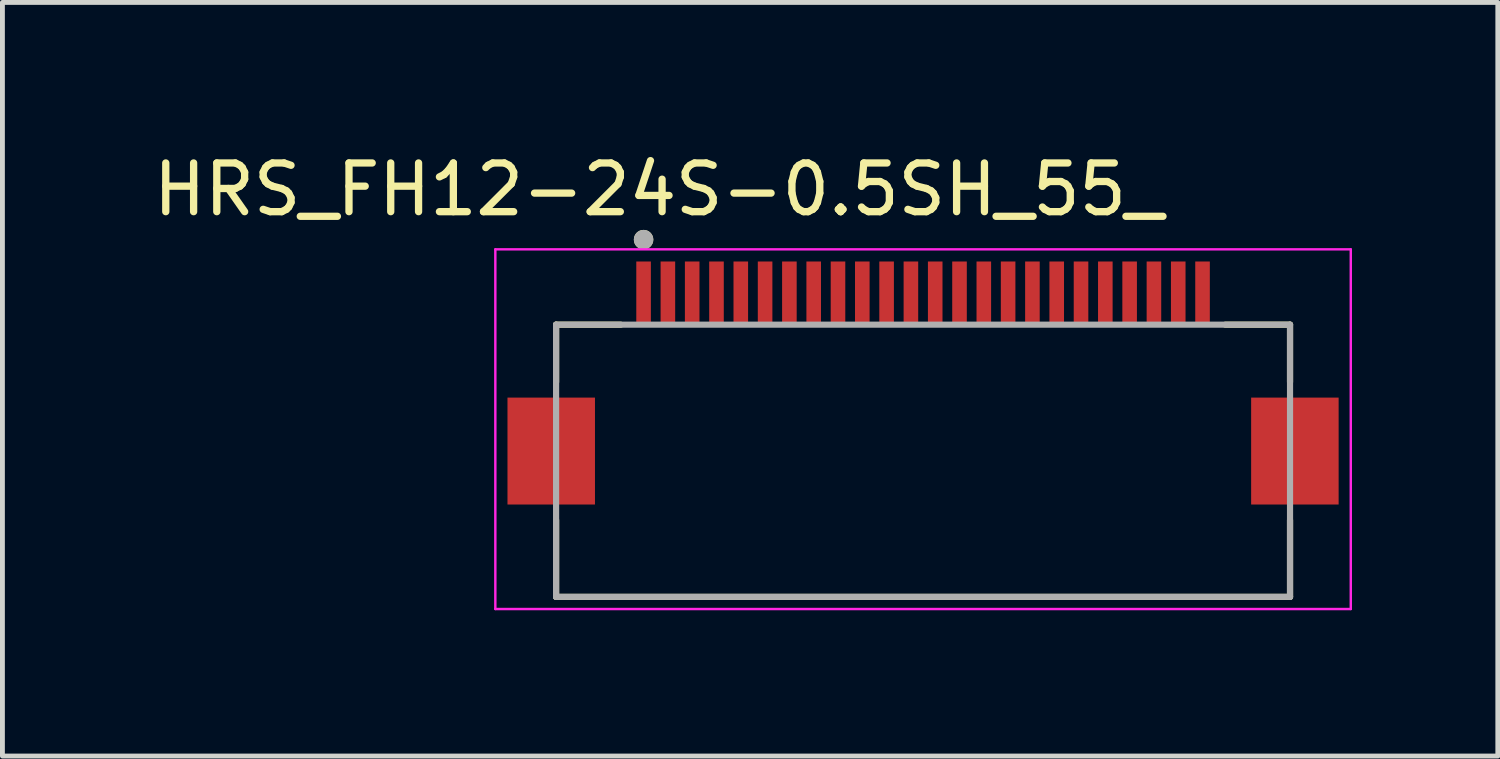
<source format=kicad_pcb>
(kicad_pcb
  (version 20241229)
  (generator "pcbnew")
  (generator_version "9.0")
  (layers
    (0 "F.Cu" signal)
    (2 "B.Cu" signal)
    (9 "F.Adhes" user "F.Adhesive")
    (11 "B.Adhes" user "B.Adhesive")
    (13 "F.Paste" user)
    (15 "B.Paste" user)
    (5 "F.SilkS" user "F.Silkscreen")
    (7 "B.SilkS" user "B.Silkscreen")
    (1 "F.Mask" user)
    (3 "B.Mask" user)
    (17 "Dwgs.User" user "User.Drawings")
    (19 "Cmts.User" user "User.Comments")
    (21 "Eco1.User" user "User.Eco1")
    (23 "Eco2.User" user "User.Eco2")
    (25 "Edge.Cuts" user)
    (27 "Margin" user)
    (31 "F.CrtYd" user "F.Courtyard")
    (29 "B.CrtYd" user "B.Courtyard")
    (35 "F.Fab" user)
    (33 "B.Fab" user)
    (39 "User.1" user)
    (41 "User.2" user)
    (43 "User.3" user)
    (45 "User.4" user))
  (footprint "HRS_FH12-24S-0.5SH_55_"
    (layer "F.Cu")
    (at 15.941 5.78)
    (property "Reference" "HRS_FH12-24S-0.5SH_55_" (at -5.441 -4.931 0) (layer "F.SilkS") (effects (font (size 1.002 1.002) (thickness 0.15))))
    (attr smd)
    (fp_line (start -7.55 -2.15) (end -6.22 -2.15) (stroke (width 0.127) (type solid)) (layer "F.SilkS"))
    (fp_line (start -7.55 -0.97) (end -7.55 -2.15) (stroke (width 0.127) (type solid)) (layer "F.SilkS"))
    (fp_line (start -7.55 3.45) (end -7.55 1.87) (stroke (width 0.127) (type solid)) (layer "F.SilkS"))
    (fp_line (start 6.22 -2.15) (end 7.55 -2.15) (stroke (width 0.127) (type solid)) (layer "F.SilkS"))
    (fp_line (start 7.55 -0.97) (end 7.55 -2.15) (stroke (width 0.127) (type solid)) (layer "F.SilkS"))
    (fp_line (start 7.55 3.45) (end -7.55 3.45) (stroke (width 0.127) (type solid)) (layer "F.SilkS"))
    (fp_line (start 7.55 3.45) (end 7.55 1.87) (stroke (width 0.127) (type solid)) (layer "F.SilkS"))
    (fp_circle (center -5.75 -3.9) (end -5.65 -3.9) (stroke (width 0.2) (type solid)) (fill no) (layer "F.SilkS"))
    (fp_poly (pts (xy -5.625 -2.15) (xy -5.875 -2.15) (xy -5.875 -3.45) (xy -5.625 -3.45)) (stroke (width 0.01) (type solid)) (fill yes) (layer "F.Paste"))
    (fp_poly (pts (xy -5.125 -2.15) (xy -5.375 -2.15) (xy -5.375 -3.45) (xy -5.125 -3.45)) (stroke (width 0.01) (type solid)) (fill yes) (layer "F.Paste"))
    (fp_poly (pts (xy -4.625 -2.15) (xy -4.875 -2.15) (xy -4.875 -3.45) (xy -4.625 -3.45)) (stroke (width 0.01) (type solid)) (fill yes) (layer "F.Paste"))
    (fp_poly (pts (xy -4.125 -2.15) (xy -4.375 -2.15) (xy -4.375 -3.45) (xy -4.125 -3.45)) (stroke (width 0.01) (type solid)) (fill yes) (layer "F.Paste"))
    (fp_poly (pts (xy -3.625 -2.15) (xy -3.875 -2.15) (xy -3.875 -3.45) (xy -3.625 -3.45)) (stroke (width 0.01) (type solid)) (fill yes) (layer "F.Paste"))
    (fp_poly (pts (xy -3.125 -2.15) (xy -3.375 -2.15) (xy -3.375 -3.45) (xy -3.125 -3.45)) (stroke (width 0.01) (type solid)) (fill yes) (layer "F.Paste"))
    (fp_poly (pts (xy -2.625 -2.15) (xy -2.875 -2.15) (xy -2.875 -3.45) (xy -2.625 -3.45)) (stroke (width 0.01) (type solid)) (fill yes) (layer "F.Paste"))
    (fp_poly (pts (xy -2.125 -2.15) (xy -2.375 -2.15) (xy -2.375 -3.45) (xy -2.125 -3.45)) (stroke (width 0.01) (type solid)) (fill yes) (layer "F.Paste"))
    (fp_poly (pts (xy -1.625 -2.15) (xy -1.875 -2.15) (xy -1.875 -3.45) (xy -1.625 -3.45)) (stroke (width 0.01) (type solid)) (fill yes) (layer "F.Paste"))
    (fp_poly (pts (xy -1.125 -2.15) (xy -1.375 -2.15) (xy -1.375 -3.45) (xy -1.125 -3.45)) (stroke (width 0.01) (type solid)) (fill yes) (layer "F.Paste"))
    (fp_poly (pts (xy -0.625 -2.15) (xy -0.875 -2.15) (xy -0.875 -3.45) (xy -0.625 -3.45)) (stroke (width 0.01) (type solid)) (fill yes) (layer "F.Paste"))
    (fp_poly (pts (xy -0.125 -2.15) (xy -0.375 -2.15) (xy -0.375 -3.45) (xy -0.125 -3.45)) (stroke (width 0.01) (type solid)) (fill yes) (layer "F.Paste"))
    (fp_poly (pts (xy 0.375 -2.15) (xy 0.125 -2.15) (xy 0.125 -3.45) (xy 0.375 -3.45)) (stroke (width 0.01) (type solid)) (fill yes) (layer "F.Paste"))
    (fp_poly (pts (xy 0.875 -2.15) (xy 0.625 -2.15) (xy 0.625 -3.45) (xy 0.875 -3.45)) (stroke (width 0.01) (type solid)) (fill yes) (layer "F.Paste"))
    (fp_poly (pts (xy 1.375 -2.15) (xy 1.125 -2.15) (xy 1.125 -3.45) (xy 1.375 -3.45)) (stroke (width 0.01) (type solid)) (fill yes) (layer "F.Paste"))
    (fp_poly (pts (xy 1.875 -2.15) (xy 1.625 -2.15) (xy 1.625 -3.45) (xy 1.875 -3.45)) (stroke (width 0.01) (type solid)) (fill yes) (layer "F.Paste"))
    (fp_poly (pts (xy 2.375 -2.15) (xy 2.125 -2.15) (xy 2.125 -3.45) (xy 2.375 -3.45)) (stroke (width 0.01) (type solid)) (fill yes) (layer "F.Paste"))
    (fp_poly (pts (xy 2.875 -2.15) (xy 2.625 -2.15) (xy 2.625 -3.45) (xy 2.875 -3.45)) (stroke (width 0.01) (type solid)) (fill yes) (layer "F.Paste"))
    (fp_poly (pts (xy 3.375 -2.15) (xy 3.125 -2.15) (xy 3.125 -3.45) (xy 3.375 -3.45)) (stroke (width 0.01) (type solid)) (fill yes) (layer "F.Paste"))
    (fp_poly (pts (xy 3.875 -2.15) (xy 3.625 -2.15) (xy 3.625 -3.45) (xy 3.875 -3.45)) (stroke (width 0.01) (type solid)) (fill yes) (layer "F.Paste"))
    (fp_poly (pts (xy 4.375 -2.15) (xy 4.125 -2.15) (xy 4.125 -3.45) (xy 4.375 -3.45)) (stroke (width 0.01) (type solid)) (fill yes) (layer "F.Paste"))
    (fp_poly (pts (xy 4.875 -2.15) (xy 4.625 -2.15) (xy 4.625 -3.45) (xy 4.875 -3.45)) (stroke (width 0.01) (type solid)) (fill yes) (layer "F.Paste"))
    (fp_poly (pts (xy 5.375 -2.15) (xy 5.125 -2.15) (xy 5.125 -3.45) (xy 5.375 -3.45)) (stroke (width 0.01) (type solid)) (fill yes) (layer "F.Paste"))
    (fp_poly (pts (xy 5.875 -2.15) (xy 5.625 -2.15) (xy 5.625 -3.45) (xy 5.875 -3.45)) (stroke (width 0.01) (type solid)) (fill yes) (layer "F.Paste"))
    (fp_line (start -8.8 -3.7) (end 8.8 -3.7) (stroke (width 0.05) (type solid)) (layer "F.CrtYd"))
    (fp_line (start -8.8 3.7) (end -8.8 -3.7) (stroke (width 0.05) (type solid)) (layer "F.CrtYd"))
    (fp_line (start 8.8 -3.7) (end 8.8 3.7) (stroke (width 0.05) (type solid)) (layer "F.CrtYd"))
    (fp_line (start 8.8 3.7) (end -8.8 3.7) (stroke (width 0.05) (type solid)) (layer "F.CrtYd"))
    (fp_line (start -7.55 -2.15) (end 7.55 -2.15) (stroke (width 0.127) (type solid)) (layer "F.Fab"))
    (fp_line (start -7.55 3.45) (end -7.55 -2.15) (stroke (width 0.127) (type solid)) (layer "F.Fab"))
    (fp_line (start 7.55 -2.15) (end 7.55 3.45) (stroke (width 0.127) (type solid)) (layer "F.Fab"))
    (fp_line (start 7.55 3.45) (end -7.55 3.45) (stroke (width 0.127) (type solid)) (layer "F.Fab"))
    (fp_circle (center -5.75 -3.9) (end -5.65 -3.9) (stroke (width 0.2) (type solid)) (fill no) (layer "F.Fab"))
    (pad "1" smd rect (at -5.75 -2.8) (size 0.3 1.3) (layers "F.Cu" "F.Mask"))
    (pad "2" smd rect (at -5.25 -2.8) (size 0.3 1.3) (layers "F.Cu" "F.Mask"))
    (pad "3" smd rect (at -4.75 -2.8) (size 0.3 1.3) (layers "F.Cu" "F.Mask"))
    (pad "4" smd rect (at -4.25 -2.8) (size 0.3 1.3) (layers "F.Cu" "F.Mask"))
    (pad "5" smd rect (at -3.75 -2.8) (size 0.3 1.3) (layers "F.Cu" "F.Mask"))
    (pad "6" smd rect (at -3.25 -2.8) (size 0.3 1.3) (layers "F.Cu" "F.Mask"))
    (pad "7" smd rect (at -2.75 -2.8) (size 0.3 1.3) (layers "F.Cu" "F.Mask"))
    (pad "8" smd rect (at -2.25 -2.8) (size 0.3 1.3) (layers "F.Cu" "F.Mask"))
    (pad "9" smd rect (at -1.75 -2.8) (size 0.3 1.3) (layers "F.Cu" "F.Mask"))
    (pad "10" smd rect (at -1.25 -2.8) (size 0.3 1.3) (layers "F.Cu" "F.Mask"))
    (pad "11" smd rect (at -0.75 -2.8) (size 0.3 1.3) (layers "F.Cu" "F.Mask"))
    (pad "12" smd rect (at -0.25 -2.8) (size 0.3 1.3) (layers "F.Cu" "F.Mask"))
    (pad "13" smd rect (at 0.25 -2.8) (size 0.3 1.3) (layers "F.Cu" "F.Mask"))
    (pad "14" smd rect (at 0.75 -2.8) (size 0.3 1.3) (layers "F.Cu" "F.Mask"))
    (pad "15" smd rect (at 1.25 -2.8) (size 0.3 1.3) (layers "F.Cu" "F.Mask"))
    (pad "16" smd rect (at 1.75 -2.8) (size 0.3 1.3) (layers "F.Cu" "F.Mask"))
    (pad "17" smd rect (at 2.25 -2.8) (size 0.3 1.3) (layers "F.Cu" "F.Mask"))
    (pad "18" smd rect (at 2.75 -2.8) (size 0.3 1.3) (layers "F.Cu" "F.Mask"))
    (pad "19" smd rect (at 3.25 -2.8) (size 0.3 1.3) (layers "F.Cu" "F.Mask"))
    (pad "20" smd rect (at 3.75 -2.8) (size 0.3 1.3) (layers "F.Cu" "F.Mask"))
    (pad "21" smd rect (at 4.25 -2.8) (size 0.3 1.3) (layers "F.Cu" "F.Mask"))
    (pad "22" smd rect (at 4.75 -2.8) (size 0.3 1.3) (layers "F.Cu" "F.Mask"))
    (pad "23" smd rect (at 5.25 -2.8) (size 0.3 1.3) (layers "F.Cu" "F.Mask"))
    (pad "24" smd rect (at 5.75 -2.8) (size 0.3 1.3) (layers "F.Cu" "F.Mask"))
    (pad "P1" smd rect (at 7.65 0.45) (size 1.8 2.2) (layers "F.Cu" "F.Mask" "F.Paste"))
    (pad "P2" smd rect (at -7.65 0.45) (size 1.8 2.2) (layers "F.Cu" "F.Mask" "F.Paste")))
  (gr_rect
    (start -3 -3)
    (end 27.766 12.505)
    (stroke (width 0.1) (type default))
    (fill no)
    (layer "Edge.Cuts")))
</source>
